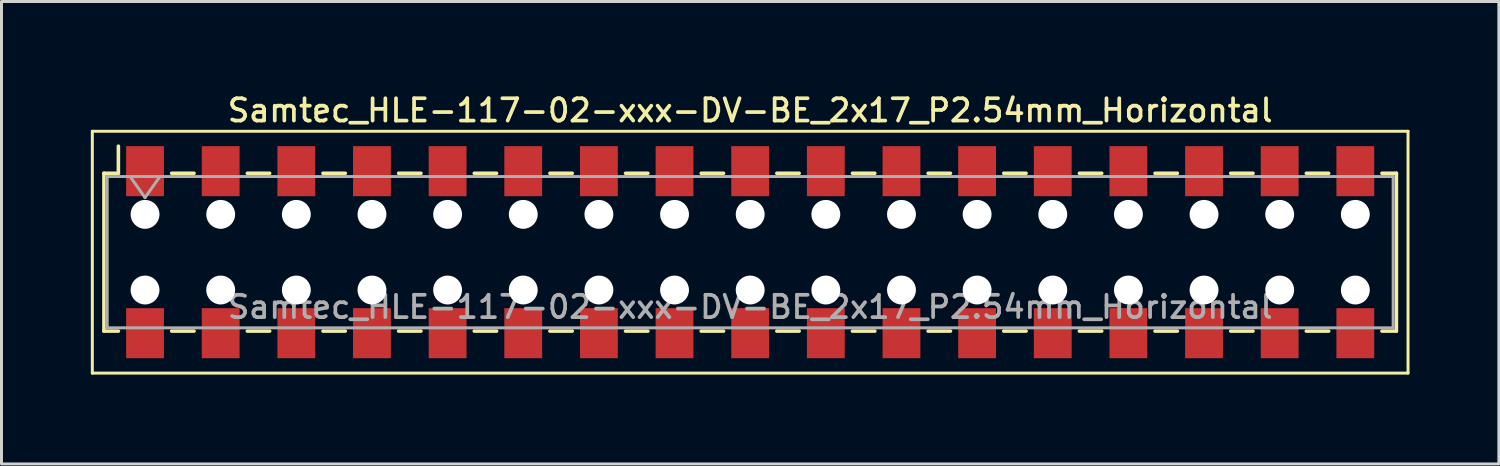
<source format=kicad_pcb>
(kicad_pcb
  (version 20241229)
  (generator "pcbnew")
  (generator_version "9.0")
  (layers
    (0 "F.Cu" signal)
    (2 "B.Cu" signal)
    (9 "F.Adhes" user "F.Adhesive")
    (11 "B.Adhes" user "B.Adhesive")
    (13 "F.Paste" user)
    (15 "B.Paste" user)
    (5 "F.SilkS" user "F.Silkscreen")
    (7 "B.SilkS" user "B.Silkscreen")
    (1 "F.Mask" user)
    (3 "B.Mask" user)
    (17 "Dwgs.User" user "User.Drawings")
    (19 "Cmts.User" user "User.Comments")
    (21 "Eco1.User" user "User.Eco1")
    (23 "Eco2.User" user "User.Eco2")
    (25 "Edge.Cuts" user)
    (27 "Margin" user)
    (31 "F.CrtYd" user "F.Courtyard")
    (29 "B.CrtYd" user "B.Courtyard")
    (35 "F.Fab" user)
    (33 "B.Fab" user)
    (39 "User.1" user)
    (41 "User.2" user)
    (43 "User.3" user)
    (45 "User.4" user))
  (footprint "Samtec_HLE-117-02-xxx-DV-BE_2x17_P2.54mm_Horizontal"
    (layer "F.Cu")
    (at 22.14 5.418)
    (property "Reference" "Samtec_HLE-117-02-xxx-DV-BE_2x17_P2.54mm_Horizontal" (at 0 -4.76 0) (layer "F.SilkS") (effects (font (size 0.75 0.75) (thickness 0.125))))
    (attr smd)
    (fp_line (start -22.09 -4.06) (end 22.09 -4.06) (stroke (width 0.1) (type solid)) (layer "F.SilkS"))
    (fp_line (start -22.09 4.06) (end -22.09 -4.06) (stroke (width 0.1) (type solid)) (layer "F.SilkS"))
    (fp_line (start -21.7 -2.65) (end -21.7 2.65) (stroke (width 0.12) (type solid)) (layer "F.SilkS"))
    (fp_line (start -21.7 2.65) (end -21.215 2.65) (stroke (width 0.12) (type solid)) (layer "F.SilkS"))
    (fp_line (start -21.215 -3.56) (end -21.215 -2.65) (stroke (width 0.12) (type solid)) (layer "F.SilkS"))
    (fp_line (start -21.215 -2.65) (end -21.7 -2.65) (stroke (width 0.12) (type solid)) (layer "F.SilkS"))
    (fp_line (start -19.425 -2.65) (end -18.675 -2.65) (stroke (width 0.12) (type solid)) (layer "F.SilkS"))
    (fp_line (start -19.425 2.65) (end -18.675 2.65) (stroke (width 0.12) (type solid)) (layer "F.SilkS"))
    (fp_line (start -16.885 -2.65) (end -16.135 -2.65) (stroke (width 0.12) (type solid)) (layer "F.SilkS"))
    (fp_line (start -16.885 2.65) (end -16.135 2.65) (stroke (width 0.12) (type solid)) (layer "F.SilkS"))
    (fp_line (start -14.345 -2.65) (end -13.595 -2.65) (stroke (width 0.12) (type solid)) (layer "F.SilkS"))
    (fp_line (start -14.345 2.65) (end -13.595 2.65) (stroke (width 0.12) (type solid)) (layer "F.SilkS"))
    (fp_line (start -11.805 -2.65) (end -11.055 -2.65) (stroke (width 0.12) (type solid)) (layer "F.SilkS"))
    (fp_line (start -11.805 2.65) (end -11.055 2.65) (stroke (width 0.12) (type solid)) (layer "F.SilkS"))
    (fp_line (start -9.265 -2.65) (end -8.515 -2.65) (stroke (width 0.12) (type solid)) (layer "F.SilkS"))
    (fp_line (start -9.265 2.65) (end -8.515 2.65) (stroke (width 0.12) (type solid)) (layer "F.SilkS"))
    (fp_line (start -6.725 -2.65) (end -5.975 -2.65) (stroke (width 0.12) (type solid)) (layer "F.SilkS"))
    (fp_line (start -6.725 2.65) (end -5.975 2.65) (stroke (width 0.12) (type solid)) (layer "F.SilkS"))
    (fp_line (start -4.185 -2.65) (end -3.435 -2.65) (stroke (width 0.12) (type solid)) (layer "F.SilkS"))
    (fp_line (start -4.185 2.65) (end -3.435 2.65) (stroke (width 0.12) (type solid)) (layer "F.SilkS"))
    (fp_line (start -1.645 -2.65) (end -0.895 -2.65) (stroke (width 0.12) (type solid)) (layer "F.SilkS"))
    (fp_line (start -1.645 2.65) (end -0.895 2.65) (stroke (width 0.12) (type solid)) (layer "F.SilkS"))
    (fp_line (start 0.895 -2.65) (end 1.645 -2.65) (stroke (width 0.12) (type solid)) (layer "F.SilkS"))
    (fp_line (start 0.895 2.65) (end 1.645 2.65) (stroke (width 0.12) (type solid)) (layer "F.SilkS"))
    (fp_line (start 3.435 -2.65) (end 4.185 -2.65) (stroke (width 0.12) (type solid)) (layer "F.SilkS"))
    (fp_line (start 3.435 2.65) (end 4.185 2.65) (stroke (width 0.12) (type solid)) (layer "F.SilkS"))
    (fp_line (start 5.975 -2.65) (end 6.725 -2.65) (stroke (width 0.12) (type solid)) (layer "F.SilkS"))
    (fp_line (start 5.975 2.65) (end 6.725 2.65) (stroke (width 0.12) (type solid)) (layer "F.SilkS"))
    (fp_line (start 8.515 -2.65) (end 9.265 -2.65) (stroke (width 0.12) (type solid)) (layer "F.SilkS"))
    (fp_line (start 8.515 2.65) (end 9.265 2.65) (stroke (width 0.12) (type solid)) (layer "F.SilkS"))
    (fp_line (start 11.055 -2.65) (end 11.805 -2.65) (stroke (width 0.12) (type solid)) (layer "F.SilkS"))
    (fp_line (start 11.055 2.65) (end 11.805 2.65) (stroke (width 0.12) (type solid)) (layer "F.SilkS"))
    (fp_line (start 13.595 -2.65) (end 14.345 -2.65) (stroke (width 0.12) (type solid)) (layer "F.SilkS"))
    (fp_line (start 13.595 2.65) (end 14.345 2.65) (stroke (width 0.12) (type solid)) (layer "F.SilkS"))
    (fp_line (start 16.135 -2.65) (end 16.885 -2.65) (stroke (width 0.12) (type solid)) (layer "F.SilkS"))
    (fp_line (start 16.135 2.65) (end 16.885 2.65) (stroke (width 0.12) (type solid)) (layer "F.SilkS"))
    (fp_line (start 18.675 -2.65) (end 19.425 -2.65) (stroke (width 0.12) (type solid)) (layer "F.SilkS"))
    (fp_line (start 18.675 2.65) (end 19.425 2.65) (stroke (width 0.12) (type solid)) (layer "F.SilkS"))
    (fp_line (start 21.215 -2.65) (end 21.7 -2.65) (stroke (width 0.12) (type solid)) (layer "F.SilkS"))
    (fp_line (start 21.7 -2.65) (end 21.7 2.65) (stroke (width 0.12) (type solid)) (layer "F.SilkS"))
    (fp_line (start 21.7 2.65) (end 21.215 2.65) (stroke (width 0.12) (type solid)) (layer "F.SilkS"))
    (fp_line (start 22.09 -4.06) (end 22.09 4.06) (stroke (width 0.1) (type solid)) (layer "F.SilkS"))
    (fp_line (start 22.09 4.06) (end -22.09 4.06) (stroke (width 0.1) (type solid)) (layer "F.SilkS"))
    (fp_line (start -21.59 -2.54) (end 21.59 -2.54) (stroke (width 0.1) (type solid)) (layer "F.Fab"))
    (fp_line (start -21.59 2.54) (end -21.59 -2.54) (stroke (width 0.1) (type solid)) (layer "F.Fab"))
    (fp_line (start -20.82 -2.54) (end -20.32 -1.833) (stroke (width 0.1) (type solid)) (layer "F.Fab"))
    (fp_line (start -20.32 -1.833) (end -19.82 -2.54) (stroke (width 0.1) (type solid)) (layer "F.Fab"))
    (fp_line (start 21.59 -2.54) (end 21.59 2.54) (stroke (width 0.1) (type solid)) (layer "F.Fab"))
    (fp_line (start 21.59 2.54) (end -21.59 2.54) (stroke (width 0.1) (type solid)) (layer "F.Fab"))
    (fp_text user "${REFERENCE}" (at 0 1.84 0) (layer "F.Fab") (effects (font (size 0.75 0.75) (thickness 0.125))))
    (pad "" np_thru_hole circle (at -20.32 -1.27) (size 0.97 0.97) (drill 0.97) (layers "*.Cu" "*.Mask"))
    (pad "" np_thru_hole circle (at -20.32 1.27) (size 0.97 0.97) (drill 0.97) (layers "*.Cu" "*.Mask"))
    (pad "" np_thru_hole circle (at -17.78 -1.27) (size 0.97 0.97) (drill 0.97) (layers "*.Cu" "*.Mask"))
    (pad "" np_thru_hole circle (at -17.78 1.27) (size 0.97 0.97) (drill 0.97) (layers "*.Cu" "*.Mask"))
    (pad "" np_thru_hole circle (at -15.24 -1.27) (size 0.97 0.97) (drill 0.97) (layers "*.Cu" "*.Mask"))
    (pad "" np_thru_hole circle (at -15.24 1.27) (size 0.97 0.97) (drill 0.97) (layers "*.Cu" "*.Mask"))
    (pad "" np_thru_hole circle (at -12.7 -1.27) (size 0.97 0.97) (drill 0.97) (layers "*.Cu" "*.Mask"))
    (pad "" np_thru_hole circle (at -12.7 1.27) (size 0.97 0.97) (drill 0.97) (layers "*.Cu" "*.Mask"))
    (pad "" np_thru_hole circle (at -10.16 -1.27) (size 0.97 0.97) (drill 0.97) (layers "*.Cu" "*.Mask"))
    (pad "" np_thru_hole circle (at -10.16 1.27) (size 0.97 0.97) (drill 0.97) (layers "*.Cu" "*.Mask"))
    (pad "" np_thru_hole circle (at -7.62 -1.27) (size 0.97 0.97) (drill 0.97) (layers "*.Cu" "*.Mask"))
    (pad "" np_thru_hole circle (at -7.62 1.27) (size 0.97 0.97) (drill 0.97) (layers "*.Cu" "*.Mask"))
    (pad "" np_thru_hole circle (at -5.08 -1.27) (size 0.97 0.97) (drill 0.97) (layers "*.Cu" "*.Mask"))
    (pad "" np_thru_hole circle (at -5.08 1.27) (size 0.97 0.97) (drill 0.97) (layers "*.Cu" "*.Mask"))
    (pad "" np_thru_hole circle (at -2.54 -1.27) (size 0.97 0.97) (drill 0.97) (layers "*.Cu" "*.Mask"))
    (pad "" np_thru_hole circle (at -2.54 1.27) (size 0.97 0.97) (drill 0.97) (layers "*.Cu" "*.Mask"))
    (pad "" np_thru_hole circle (at 0 -1.27) (size 0.97 0.97) (drill 0.97) (layers "*.Cu" "*.Mask"))
    (pad "" np_thru_hole circle (at 0 1.27) (size 0.97 0.97) (drill 0.97) (layers "*.Cu" "*.Mask"))
    (pad "" np_thru_hole circle (at 2.54 -1.27) (size 0.97 0.97) (drill 0.97) (layers "*.Cu" "*.Mask"))
    (pad "" np_thru_hole circle (at 2.54 1.27) (size 0.97 0.97) (drill 0.97) (layers "*.Cu" "*.Mask"))
    (pad "" np_thru_hole circle (at 5.08 -1.27) (size 0.97 0.97) (drill 0.97) (layers "*.Cu" "*.Mask"))
    (pad "" np_thru_hole circle (at 5.08 1.27) (size 0.97 0.97) (drill 0.97) (layers "*.Cu" "*.Mask"))
    (pad "" np_thru_hole circle (at 7.62 -1.27) (size 0.97 0.97) (drill 0.97) (layers "*.Cu" "*.Mask"))
    (pad "" np_thru_hole circle (at 7.62 1.27) (size 0.97 0.97) (drill 0.97) (layers "*.Cu" "*.Mask"))
    (pad "" np_thru_hole circle (at 10.16 -1.27) (size 0.97 0.97) (drill 0.97) (layers "*.Cu" "*.Mask"))
    (pad "" np_thru_hole circle (at 10.16 1.27) (size 0.97 0.97) (drill 0.97) (layers "*.Cu" "*.Mask"))
    (pad "" np_thru_hole circle (at 12.7 -1.27) (size 0.97 0.97) (drill 0.97) (layers "*.Cu" "*.Mask"))
    (pad "" np_thru_hole circle (at 12.7 1.27) (size 0.97 0.97) (drill 0.97) (layers "*.Cu" "*.Mask"))
    (pad "" np_thru_hole circle (at 15.24 -1.27) (size 0.97 0.97) (drill 0.97) (layers "*.Cu" "*.Mask"))
    (pad "" np_thru_hole circle (at 15.24 1.27) (size 0.97 0.97) (drill 0.97) (layers "*.Cu" "*.Mask"))
    (pad "" np_thru_hole circle (at 17.78 -1.27) (size 0.97 0.97) (drill 0.97) (layers "*.Cu" "*.Mask"))
    (pad "" np_thru_hole circle (at 17.78 1.27) (size 0.97 0.97) (drill 0.97) (layers "*.Cu" "*.Mask"))
    (pad "" np_thru_hole circle (at 20.32 -1.27) (size 0.97 0.97) (drill 0.97) (layers "*.Cu" "*.Mask"))
    (pad "" np_thru_hole circle (at 20.32 1.27) (size 0.97 0.97) (drill 0.97) (layers "*.Cu" "*.Mask"))
    (pad "1" smd rect (at -20.32 -2.72) (size 1.27 1.68) (layers "F.Cu" "F.Mask" "F.Paste"))
    (pad "2" smd rect (at -20.32 2.72) (size 1.27 1.68) (layers "F.Cu" "F.Mask" "F.Paste"))
    (pad "3" smd rect (at -17.78 -2.72) (size 1.27 1.68) (layers "F.Cu" "F.Mask" "F.Paste"))
    (pad "4" smd rect (at -17.78 2.72) (size 1.27 1.68) (layers "F.Cu" "F.Mask" "F.Paste"))
    (pad "5" smd rect (at -15.24 -2.72) (size 1.27 1.68) (layers "F.Cu" "F.Mask" "F.Paste"))
    (pad "6" smd rect (at -15.24 2.72) (size 1.27 1.68) (layers "F.Cu" "F.Mask" "F.Paste"))
    (pad "7" smd rect (at -12.7 -2.72) (size 1.27 1.68) (layers "F.Cu" "F.Mask" "F.Paste"))
    (pad "8" smd rect (at -12.7 2.72) (size 1.27 1.68) (layers "F.Cu" "F.Mask" "F.Paste"))
    (pad "9" smd rect (at -10.16 -2.72) (size 1.27 1.68) (layers "F.Cu" "F.Mask" "F.Paste"))
    (pad "10" smd rect (at -10.16 2.72) (size 1.27 1.68) (layers "F.Cu" "F.Mask" "F.Paste"))
    (pad "11" smd rect (at -7.62 -2.72) (size 1.27 1.68) (layers "F.Cu" "F.Mask" "F.Paste"))
    (pad "12" smd rect (at -7.62 2.72) (size 1.27 1.68) (layers "F.Cu" "F.Mask" "F.Paste"))
    (pad "13" smd rect (at -5.08 -2.72) (size 1.27 1.68) (layers "F.Cu" "F.Mask" "F.Paste"))
    (pad "14" smd rect (at -5.08 2.72) (size 1.27 1.68) (layers "F.Cu" "F.Mask" "F.Paste"))
    (pad "15" smd rect (at -2.54 -2.72) (size 1.27 1.68) (layers "F.Cu" "F.Mask" "F.Paste"))
    (pad "16" smd rect (at -2.54 2.72) (size 1.27 1.68) (layers "F.Cu" "F.Mask" "F.Paste"))
    (pad "17" smd rect (at 0 -2.72) (size 1.27 1.68) (layers "F.Cu" "F.Mask" "F.Paste"))
    (pad "18" smd rect (at 0 2.72) (size 1.27 1.68) (layers "F.Cu" "F.Mask" "F.Paste"))
    (pad "19" smd rect (at 2.54 -2.72) (size 1.27 1.68) (layers "F.Cu" "F.Mask" "F.Paste"))
    (pad "20" smd rect (at 2.54 2.72) (size 1.27 1.68) (layers "F.Cu" "F.Mask" "F.Paste"))
    (pad "21" smd rect (at 5.08 -2.72) (size 1.27 1.68) (layers "F.Cu" "F.Mask" "F.Paste"))
    (pad "22" smd rect (at 5.08 2.72) (size 1.27 1.68) (layers "F.Cu" "F.Mask" "F.Paste"))
    (pad "23" smd rect (at 7.62 -2.72) (size 1.27 1.68) (layers "F.Cu" "F.Mask" "F.Paste"))
    (pad "24" smd rect (at 7.62 2.72) (size 1.27 1.68) (layers "F.Cu" "F.Mask" "F.Paste"))
    (pad "25" smd rect (at 10.16 -2.72) (size 1.27 1.68) (layers "F.Cu" "F.Mask" "F.Paste"))
    (pad "26" smd rect (at 10.16 2.72) (size 1.27 1.68) (layers "F.Cu" "F.Mask" "F.Paste"))
    (pad "27" smd rect (at 12.7 -2.72) (size 1.27 1.68) (layers "F.Cu" "F.Mask" "F.Paste"))
    (pad "28" smd rect (at 12.7 2.72) (size 1.27 1.68) (layers "F.Cu" "F.Mask" "F.Paste"))
    (pad "29" smd rect (at 15.24 -2.72) (size 1.27 1.68) (layers "F.Cu" "F.Mask" "F.Paste"))
    (pad "30" smd rect (at 15.24 2.72) (size 1.27 1.68) (layers "F.Cu" "F.Mask" "F.Paste"))
    (pad "31" smd rect (at 17.78 -2.72) (size 1.27 1.68) (layers "F.Cu" "F.Mask" "F.Paste"))
    (pad "32" smd rect (at 17.78 2.72) (size 1.27 1.68) (layers "F.Cu" "F.Mask" "F.Paste"))
    (pad "33" smd rect (at 20.32 -2.72) (size 1.27 1.68) (layers "F.Cu" "F.Mask" "F.Paste"))
    (pad "34" smd rect (at 20.32 2.72) (size 1.27 1.68) (layers "F.Cu" "F.Mask" "F.Paste")))
  (gr_rect
    (start -3 -3)
    (end 47.28 12.528)
    (stroke (width 0.1) (type default))
    (fill no)
    (layer "Edge.Cuts")))
</source>
